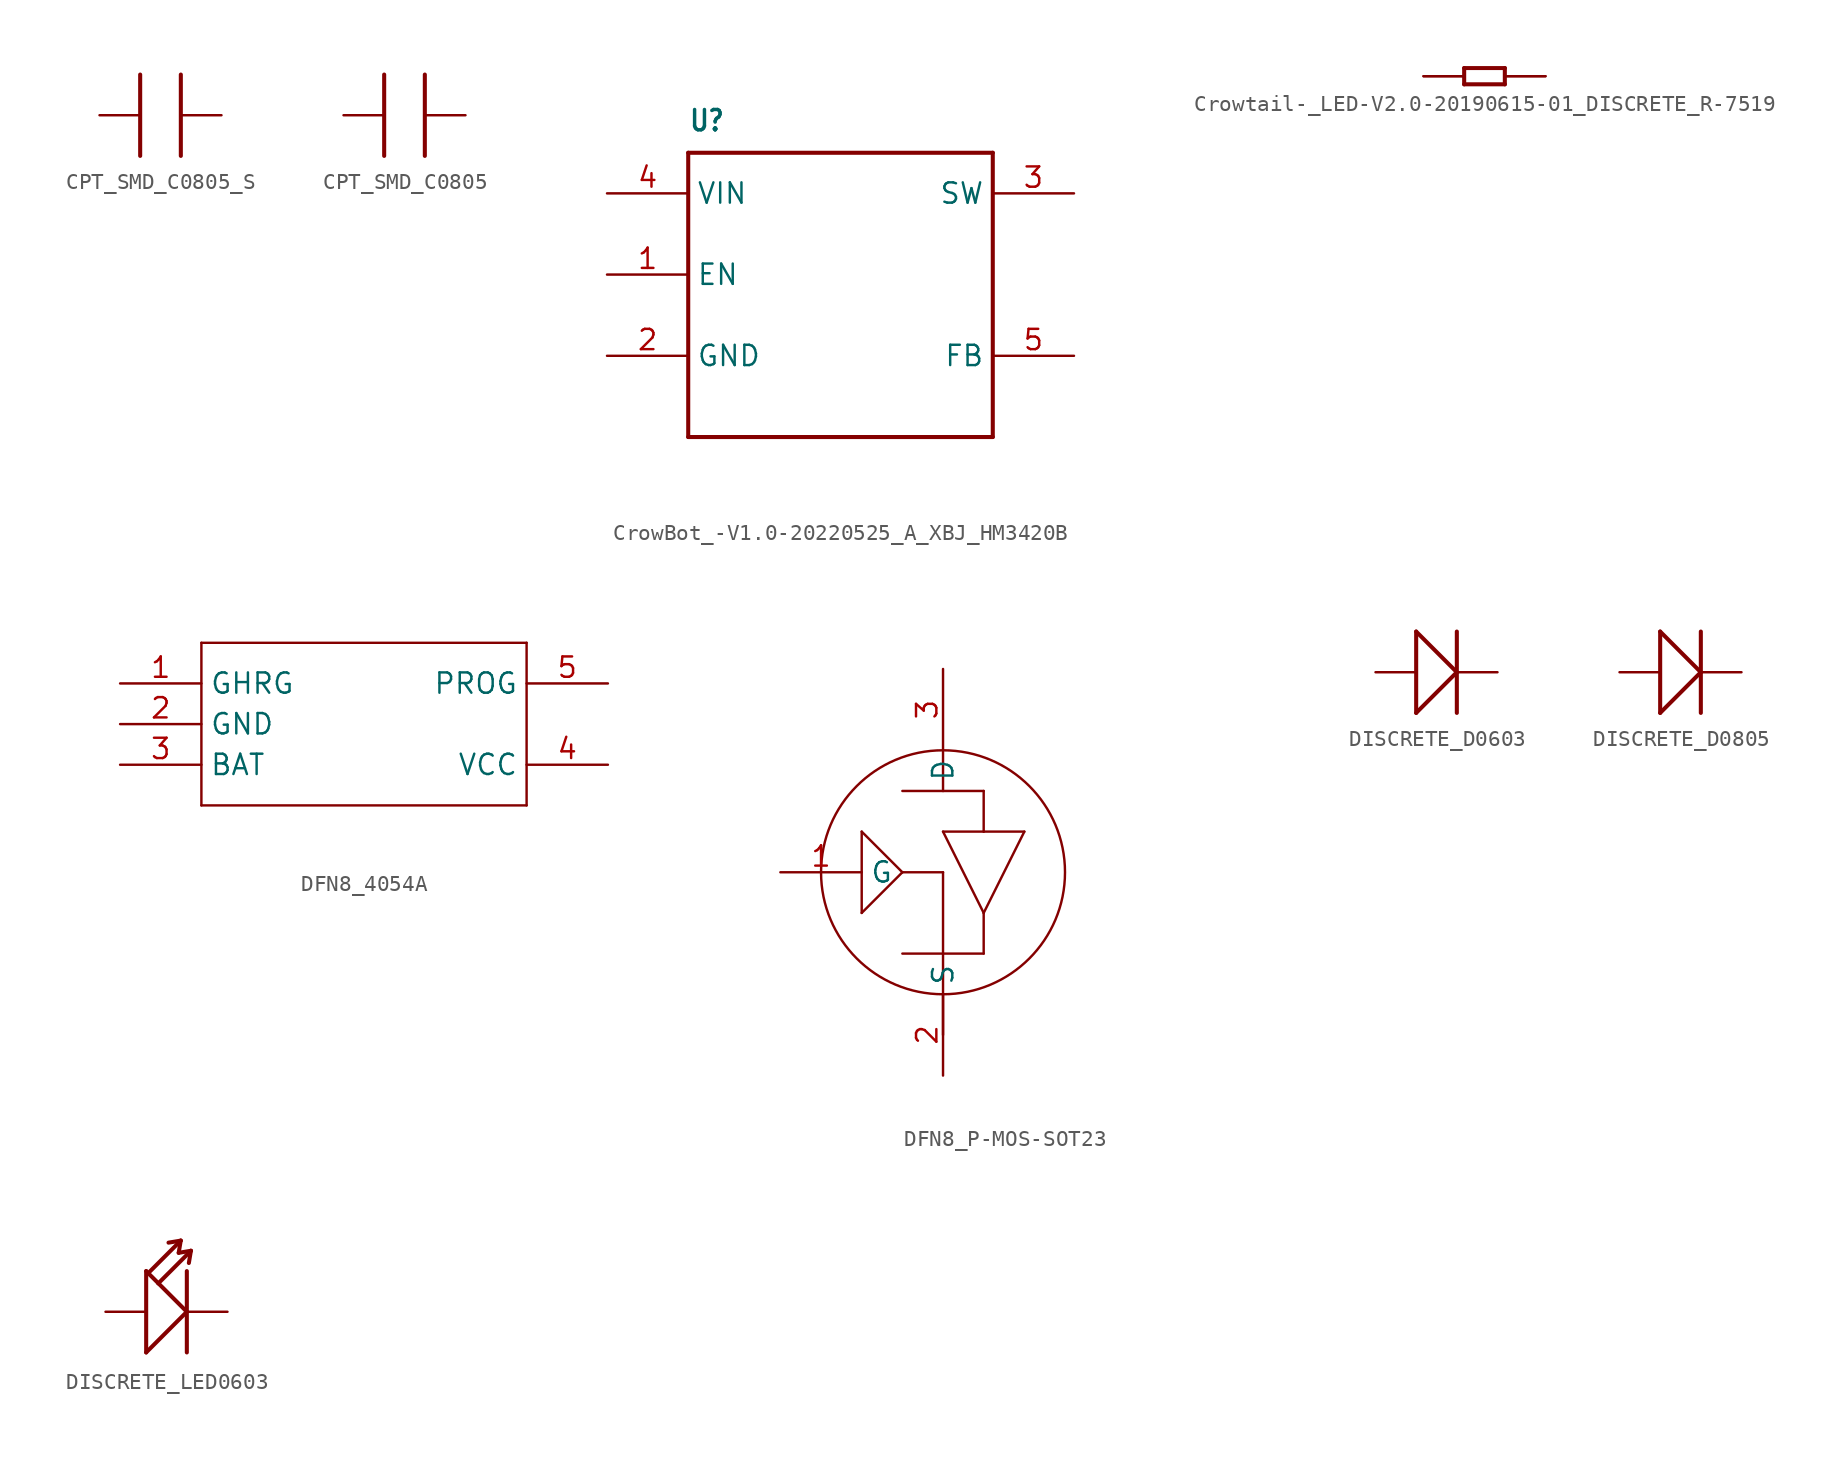
<source format=kicad_sym>
(kicad_symbol_lib
  (version 20231120)
  (generator "kicad_symbol_editor")
  (generator_version "8.0")
  (symbol "CPT_SMD_C0805_S"
    (property "Reference" "C"
      (at -3.81 0 0)
      (effects (font (size 1.27 1.079)) (justify left bottom) (hide yes)))
    (property "ki_locked" ""
      (at 0 0 0)
      (effects (font (size 1.27 1.27))))
    (symbol "CPT_SMD_C0805_S_1_0"
      (polyline (pts (xy -1.27 2.54) (xy -1.27 -2.54)) (stroke (width 0.254) (type solid)) (fill (type none)))
      (polyline (pts (xy 1.27 2.54) (xy 1.27 -2.54)) (stroke (width 0.254) (type solid)) (fill (type none)))
      (pin bidirectional line (at -3.81 0 0) (length 2.54) (name "1" (effects (font (size 0 0)))) (number "1" (effects (font (size 0 0)))))
      (pin bidirectional line (at 3.81 0 180) (length 2.54) (name "2" (effects (font (size 0 0)))) (number "2" (effects (font (size 0 0)))))))
  (symbol "CPT_SMD_C0805"
    (property "Reference" "C"
      (at -3.81 0 0)
      (effects (font (size 1.27 1.079)) (justify left bottom) (hide yes)))
    (property "ki_locked" ""
      (at 0 0 0)
      (effects (font (size 1.27 1.27))))
    (symbol "CPT_SMD_C0805_1_0"
      (polyline (pts (xy -1.27 2.54) (xy -1.27 -2.54)) (stroke (width 0.254) (type solid)) (fill (type none)))
      (polyline (pts (xy 1.27 2.54) (xy 1.27 -2.54)) (stroke (width 0.254) (type solid)) (fill (type none)))
      (pin bidirectional line (at -3.81 0 0) (length 2.54) (name "1" (effects (font (size 0 0)))) (number "1" (effects (font (size 0 0)))))
      (pin bidirectional line (at 3.81 0 180) (length 2.54) (name "2" (effects (font (size 0 0)))) (number "2" (effects (font (size 0 0)))))))
  (symbol "CrowBot_-V1.0-20220525_A_XBJ_HM3420B"
    (property "Reference" "U"
      (at -10.16 10.16 0)
      (effects (font (size 1.27 1.079) (bold yes)) (justify left bottom)))
    (property "Value" ""
      (at -11.43 -11.43 0)
      (effects (font (size 1.27 1.079) (bold yes)) (justify left bottom)))
    (property "ki_locked" ""
      (at 0 0 0)
      (effects (font (size 1.27 1.27))))
    (symbol "CrowBot_-V1.0-20220525_A_XBJ_HM3420B_1_0"
      (polyline (pts (xy -10.16 -8.89) (xy -10.16 8.89)) (stroke (width 0.254) (type solid)) (fill (type none)))
      (polyline (pts (xy -10.16 8.89) (xy 8.89 8.89)) (stroke (width 0.254) (type solid)) (fill (type none)))
      (polyline (pts (xy 8.89 -8.89) (xy -10.16 -8.89)) (stroke (width 0.254) (type solid)) (fill (type none)))
      (polyline (pts (xy 8.89 8.89) (xy 8.89 -8.89)) (stroke (width 0.254) (type solid)) (fill (type none)))
      (pin bidirectional line (at -15.24 1.27 0) (length 5.08) (name "EN" (effects (font (size 1.27 1.27)))) (number "1" (effects (font (size 1.27 1.27)))))
      (pin bidirectional line (at -15.24 -3.81 0) (length 5.08) (name "GND" (effects (font (size 1.27 1.27)))) (number "2" (effects (font (size 1.27 1.27)))))
      (pin bidirectional line (at 13.97 6.35 180) (length 5.08) (name "SW" (effects (font (size 1.27 1.27)))) (number "3" (effects (font (size 1.27 1.27)))))
      (pin bidirectional line (at -15.24 6.35 0) (length 5.08) (name "VIN" (effects (font (size 1.27 1.27)))) (number "4" (effects (font (size 1.27 1.27)))))
      (pin bidirectional line (at 13.97 -3.81 180) (length 5.08) (name "FB" (effects (font (size 1.27 1.27)))) (number "5" (effects (font (size 1.27 1.27)))))))
  (symbol "Crowtail-_LED-V2.0-20190615-01_DISCRETE_R-7519"
    (property "Reference" "R"
      (at -3.81 0 0)
      (effects (font (size 1.27 1.079)) (justify left bottom) (hide yes)))
    (property "ki_locked" ""
      (at 0 0 0)
      (effects (font (size 1.27 1.27))))
    (symbol "Crowtail-_LED-V2.0-20190615-01_DISCRETE_R-7519_1_0"
      (polyline (pts (xy -1.27 -0.508) (xy -1.27 0.508)) (stroke (width 0.254) (type solid)) (fill (type none)))
      (polyline (pts (xy -1.27 0.508) (xy 1.27 0.508)) (stroke (width 0.254) (type solid)) (fill (type none)))
      (polyline (pts (xy 1.27 -0.508) (xy -1.27 -0.508)) (stroke (width 0.254) (type solid)) (fill (type none)))
      (polyline (pts (xy 1.27 0.508) (xy 1.27 -0.508)) (stroke (width 0.254) (type solid)) (fill (type none)))
      (pin passive line (at -3.81 0 0) (length 2.54) (name "1" (effects (font (size 0 0)))) (number "1" (effects (font (size 0 0)))))
      (pin passive line (at -3.81 0 0) (length 2.54) (name "1" (effects (font (size 0 0)))) (number "2" (effects (font (size 0 0)))))
      (pin passive line (at 3.81 0 180) (length 2.54) (name "2" (effects (font (size 0 0)))) (number "3" (effects (font (size 0 0)))))
      (pin passive line (at 3.81 0 180) (length 2.54) (name "2" (effects (font (size 0 0)))) (number "4" (effects (font (size 0 0)))))))
  (symbol "DFN8_4054A"
    (property "Reference" ""
      (at -2.54 7.62 0)
      (effects (font (size 1.778 1.511)) (justify left bottom) (hide yes)))
    (property "Value" ""
      (at -2.54 -7.62 0)
      (effects (font (size 1.778 1.511)) (justify left bottom)))
    (property "ki_locked" ""
      (at 0 0 0)
      (effects (font (size 1.27 1.27))))
    (symbol "DFN8_4054A_1_0"
      (polyline (pts (xy -10.16 -5.08) (xy 10.16 -5.08)) (stroke (width 0.152) (type solid)) (fill (type none)))
      (polyline (pts (xy -10.16 5.08) (xy -10.16 -5.08)) (stroke (width 0.152) (type solid)) (fill (type none)))
      (polyline (pts (xy 10.16 -5.08) (xy 10.16 5.08)) (stroke (width 0.152) (type solid)) (fill (type none)))
      (polyline (pts (xy 10.16 5.08) (xy -10.16 5.08)) (stroke (width 0.152) (type solid)) (fill (type none)))
      (pin bidirectional line (at -15.24 2.54 0) (length 5.08) (name "GHRG" (effects (font (size 1.27 1.27)))) (number "1" (effects (font (size 1.27 1.27)))))
      (pin bidirectional line (at -15.24 0 0) (length 5.08) (name "GND" (effects (font (size 1.27 1.27)))) (number "2" (effects (font (size 1.27 1.27)))))
      (pin bidirectional line (at -15.24 -2.54 0) (length 5.08) (name "BAT" (effects (font (size 1.27 1.27)))) (number "3" (effects (font (size 1.27 1.27)))))
      (pin bidirectional line (at 15.24 -2.54 180) (length 5.08) (name "VCC" (effects (font (size 1.27 1.27)))) (number "4" (effects (font (size 1.27 1.27)))))
      (pin bidirectional line (at 15.24 2.54 180) (length 5.08) (name "PROG" (effects (font (size 1.27 1.27)))) (number "5" (effects (font (size 1.27 1.27)))))))
  (symbol "DFN8_P-MOS-SOT23"
    (property "Reference" ""
      (at 15.24 7.62 0)
      (effects (font (size 1.778 1.511)) (justify left bottom) (hide yes)))
    (property "Value" ""
      (at 15.24 0 0)
      (effects (font (size 1.778 1.511)) (justify left bottom)))
    (property "ki_locked" ""
      (at 0 0 0)
      (effects (font (size 1.27 1.27))))
    (symbol "DFN8_P-MOS-SOT23_1_0"
      (circle (center -2.54 0) (radius 7.62) (stroke (width 0.152) (type solid)) (fill (type none)))
      (polyline (pts (xy -7.62 -2.54) (xy -5.08 0)) (stroke (width 0.152) (type solid)) (fill (type none)))
      (polyline (pts (xy -7.62 2.54) (xy -7.62 -2.54)) (stroke (width 0.152) (type solid)) (fill (type none)))
      (polyline (pts (xy -5.08 0) (xy -7.62 2.54)) (stroke (width 0.152) (type solid)) (fill (type none)))
      (polyline (pts (xy -5.08 0) (xy -2.54 0)) (stroke (width 0.152) (type solid)) (fill (type none)))
      (polyline (pts (xy -2.54 -10.16) (xy -2.54 -5.08)) (stroke (width 0.152) (type solid)) (fill (type none)))
      (polyline (pts (xy -2.54 -5.08) (xy -5.08 -5.08)) (stroke (width 0.152) (type solid)) (fill (type none)))
      (polyline (pts (xy -2.54 -5.08) (xy 0 -5.08)) (stroke (width 0.152) (type solid)) (fill (type none)))
      (polyline (pts (xy -2.54 0) (xy -2.54 -5.08)) (stroke (width 0.152) (type solid)) (fill (type none)))
      (polyline (pts (xy -2.54 2.54) (xy 0 -2.54)) (stroke (width 0.152) (type solid)) (fill (type none)))
      (polyline (pts (xy -2.54 5.08) (xy -5.08 5.08)) (stroke (width 0.152) (type solid)) (fill (type none)))
      (polyline (pts (xy -2.54 5.08) (xy 0 5.08)) (stroke (width 0.152) (type solid)) (fill (type none)))
      (polyline (pts (xy -2.54 7.62) (xy -2.54 5.08)) (stroke (width 0.152) (type solid)) (fill (type none)))
      (polyline (pts (xy 0 -5.08) (xy 0 -2.54)) (stroke (width 0.152) (type solid)) (fill (type none)))
      (polyline (pts (xy 0 -2.54) (xy 2.54 2.54)) (stroke (width 0.152) (type solid)) (fill (type none)))
      (polyline (pts (xy 0 2.54) (xy -2.54 2.54)) (stroke (width 0.152) (type solid)) (fill (type none)))
      (polyline (pts (xy 0 5.08) (xy 0 2.54)) (stroke (width 0.152) (type solid)) (fill (type none)))
      (polyline (pts (xy 2.54 2.54) (xy 0 2.54)) (stroke (width 0.152) (type solid)) (fill (type none)))
      (pin bidirectional line (at -12.7 0 0) (length 5.08) (name "G" (effects (font (size 1.27 1.27)))) (number "1" (effects (font (size 1.27 1.27)))))
      (pin bidirectional line (at -2.54 -12.7 90) (length 5.08) (name "S" (effects (font (size 1.27 1.27)))) (number "2" (effects (font (size 1.27 1.27)))))
      (pin bidirectional line (at -2.54 12.7 270) (length 5.08) (name "D" (effects (font (size 1.27 1.27)))) (number "3" (effects (font (size 1.27 1.27)))))))
  (symbol "DISCRETE_D0603"
    (property "Reference" "D"
      (at -8.89 0 0)
      (effects (font (size 1.778 1.511)) (justify left bottom) (hide yes)))
    (property "ki_locked" ""
      (at 0 0 0)
      (effects (font (size 1.27 1.27))))
    (symbol "DISCRETE_D0603_1_0"
      (polyline (pts (xy -1.27 -2.54) (xy -1.27 2.54)) (stroke (width 0.254) (type solid)) (fill (type none)))
      (polyline (pts (xy -1.27 -2.54) (xy 1.27 0)) (stroke (width 0.254) (type solid)) (fill (type none)))
      (polyline (pts (xy -1.27 2.54) (xy 1.27 0)) (stroke (width 0.254) (type solid)) (fill (type none)))
      (polyline (pts (xy 1.27 2.54) (xy 1.27 -2.54)) (stroke (width 0.254) (type solid)) (fill (type none)))
      (pin passive line (at -3.81 0 0) (length 2.54) (name "+" (effects (font (size 0 0)))) (number "+" (effects (font (size 0 0)))))
      (pin passive line (at 3.81 0 180) (length 2.54) (name "-" (effects (font (size 0 0)))) (number "-" (effects (font (size 0 0)))))))
  (symbol "DISCRETE_D0805"
    (property "Reference" "D"
      (at -8.89 0 0)
      (effects (font (size 1.778 1.511)) (justify left bottom) (hide yes)))
    (property "ki_locked" ""
      (at 0 0 0)
      (effects (font (size 1.27 1.27))))
    (symbol "DISCRETE_D0805_1_0"
      (polyline (pts (xy -1.27 -2.54) (xy -1.27 2.54)) (stroke (width 0.254) (type solid)) (fill (type none)))
      (polyline (pts (xy -1.27 -2.54) (xy 1.27 0)) (stroke (width 0.254) (type solid)) (fill (type none)))
      (polyline (pts (xy -1.27 2.54) (xy 1.27 0)) (stroke (width 0.254) (type solid)) (fill (type none)))
      (polyline (pts (xy 1.27 2.54) (xy 1.27 -2.54)) (stroke (width 0.254) (type solid)) (fill (type none)))
      (pin passive line (at -3.81 0 0) (length 2.54) (name "+" (effects (font (size 0 0)))) (number "+" (effects (font (size 0 0)))))
      (pin passive line (at 3.81 0 180) (length 2.54) (name "-" (effects (font (size 0 0)))) (number "-" (effects (font (size 0 0)))))))
  (symbol "DISCRETE_LED0603"
    (property "Reference" "D"
      (at -3.81 0 0)
      (effects (font (size 1.27 1.079)) (justify left bottom) (hide yes)))
    (property "ki_locked" ""
      (at 0 0 0)
      (effects (font (size 1.27 1.27))))
    (symbol "DISCRETE_LED0603_1_0"
      (polyline (pts (xy -1.27 -2.54) (xy -1.27 2.54)) (stroke (width 0.254) (type solid)) (fill (type none)))
      (polyline (pts (xy -1.27 2.54) (xy -1.143 2.413)) (stroke (width 0.254) (type solid)) (fill (type none)))
      (polyline (pts (xy -1.143 2.413) (xy -0.508 1.778)) (stroke (width 0.254) (type solid)) (fill (type none)))
      (polyline (pts (xy -1.143 2.413) (xy 0.889 4.445)) (stroke (width 0.254) (type solid)) (fill (type none)))
      (polyline (pts (xy -0.508 1.778) (xy 1.27 0)) (stroke (width 0.254) (type solid)) (fill (type none)))
      (polyline (pts (xy -0.508 1.778) (xy 1.524 3.81)) (stroke (width 0.254) (type solid)) (fill (type none)))
      (polyline (pts (xy 0.889 4.445) (xy 0.127 4.318)) (stroke (width 0.254) (type solid)) (fill (type none)))
      (polyline (pts (xy 0.889 4.445) (xy 0.762 3.683)) (stroke (width 0.254) (type solid)) (fill (type none)))
      (polyline (pts (xy 1.27 0) (xy -1.27 -2.54)) (stroke (width 0.254) (type solid)) (fill (type none)))
      (polyline (pts (xy 1.27 2.54) (xy 1.27 -2.54)) (stroke (width 0.254) (type solid)) (fill (type none)))
      (polyline (pts (xy 1.524 3.81) (xy 0.762 3.683)) (stroke (width 0.254) (type solid)) (fill (type none)))
      (polyline (pts (xy 1.524 3.81) (xy 1.397 3.048)) (stroke (width 0.254) (type solid)) (fill (type none)))
      (pin passive line (at -3.81 0 0) (length 2.54) (name "+" (effects (font (size 0 0)))) (number "+" (effects (font (size 0 0)))))
      (pin passive line (at 3.81 0 180) (length 2.54) (name "-" (effects (font (size 0 0)))) (number "-" (effects (font (size 0 0))))))))
</source>
